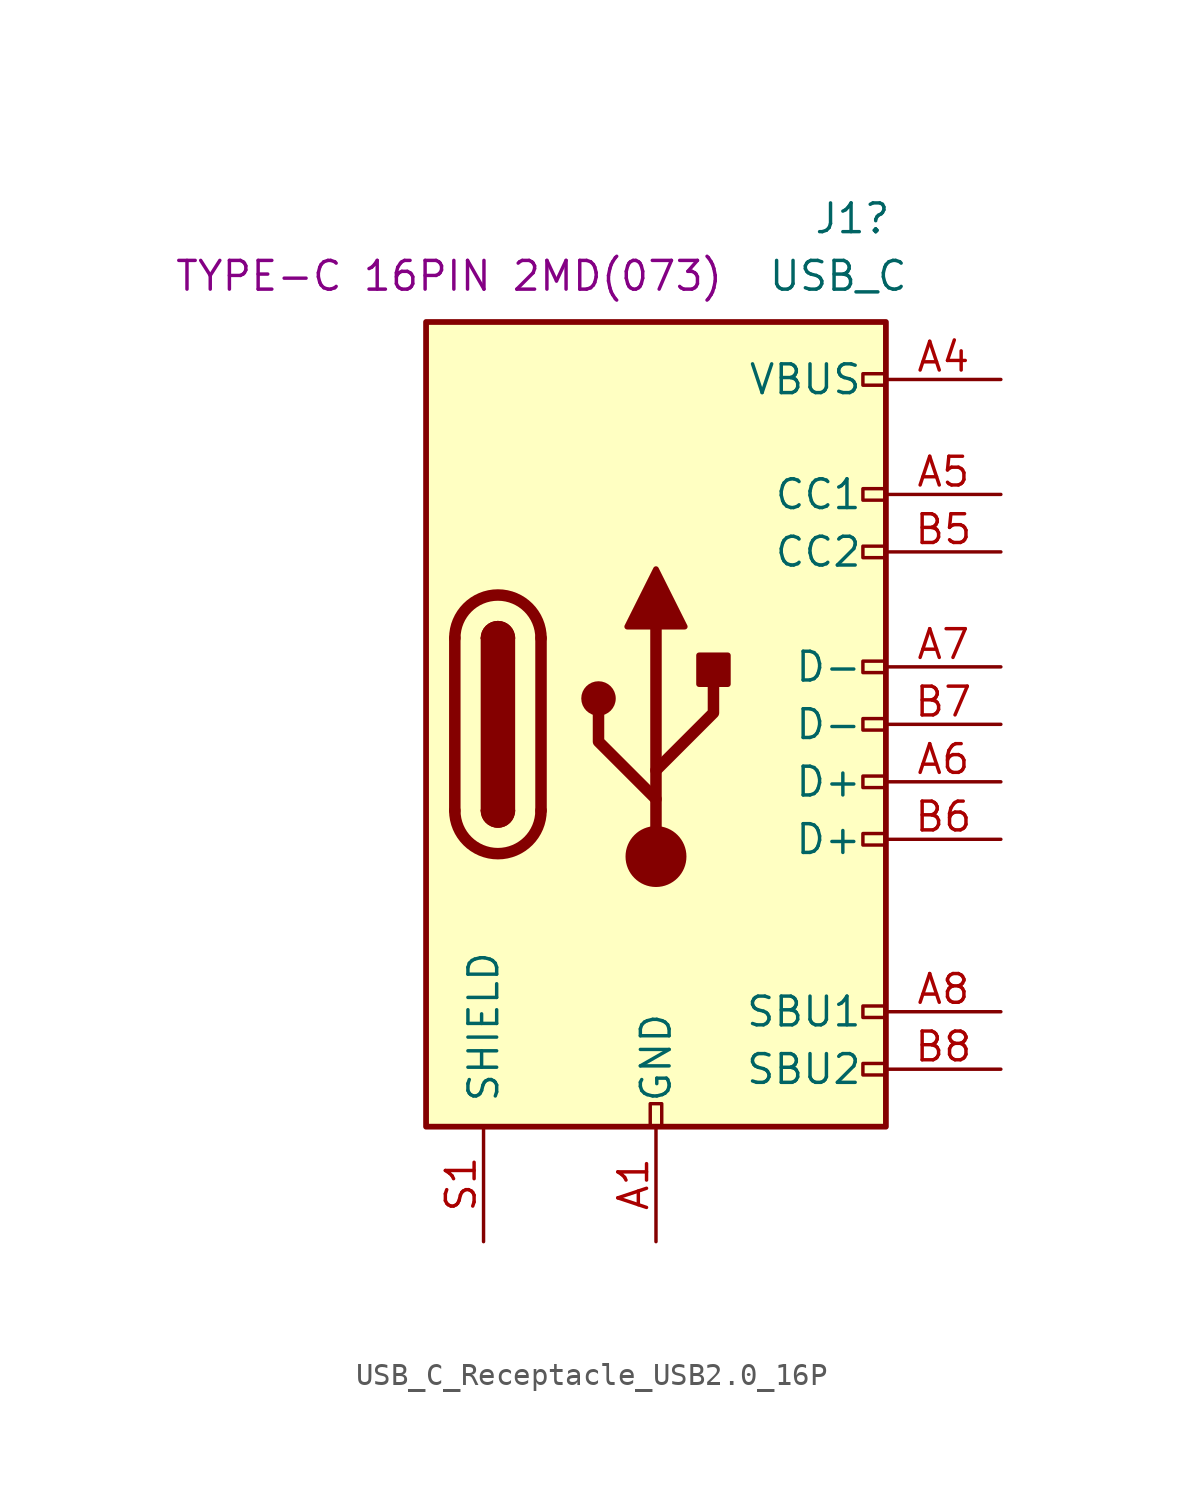
<source format=kicad_sym>
(kicad_symbol_lib
  (version 20241209)
  (generator "kicad_symbol_editor")
  (generator_version "9.0")
  (symbol "USB_C_Receptacle_USB2.0_16P"
    (pin_names
      (offset 1.016))
    (property "Reference" "J1"
      (at 10.414 22.352 0)
      (effects (font (size 1.27 1.27)) (justify right)))
    (property "Value" "USB_C"
      (at 11.176 19.812 0)
      (effects (font (size 1.27 1.27)) (justify right)))
    (property "MPN" "TYPE-C 16PIN 2MD(073)"
      (at -9.144 19.812 0)
      (effects (font (size 1.27 1.27))))
    (symbol "USB_C_Receptacle_USB2.0_16P_0_0"
      (rectangle (start -0.254 -17.78) (end 0.254 -16.764) (stroke (width 0) (type default)) (fill (type none)))
      (rectangle (start 10.16 15.494) (end 9.144 14.986) (stroke (width 0) (type default)) (fill (type none)))
      (rectangle (start 10.16 10.414) (end 9.144 9.906) (stroke (width 0) (type default)) (fill (type none)))
      (rectangle (start 10.16 7.874) (end 9.144 7.366) (stroke (width 0) (type default)) (fill (type none)))
      (rectangle (start 10.16 2.794) (end 9.144 2.286) (stroke (width 0) (type default)) (fill (type none)))
      (rectangle (start 10.16 0.254) (end 9.144 -0.254) (stroke (width 0) (type default)) (fill (type none)))
      (rectangle (start 10.16 -2.286) (end 9.144 -2.794) (stroke (width 0) (type default)) (fill (type none)))
      (rectangle (start 10.16 -4.826) (end 9.144 -5.334) (stroke (width 0) (type default)) (fill (type none)))
      (rectangle (start 10.16 -12.446) (end 9.144 -12.954) (stroke (width 0) (type default)) (fill (type none)))
      (rectangle (start 10.16 -14.986) (end 9.144 -15.494) (stroke (width 0) (type default)) (fill (type none))))
    (symbol "USB_C_Receptacle_USB2.0_16P_0_1"
      (rectangle (start -10.16 17.78) (end 10.16 -17.78) (stroke (width 0.254) (type default)) (fill (type background)))
      (polyline (pts (xy -8.89 -3.81) (xy -8.89 3.81)) (stroke (width 0.508) (type default)) (fill (type none)))
      (rectangle (start -7.62 -3.81) (end -6.35 3.81) (stroke (width 0.254) (type default)) (fill (type outline)))
      (arc (start -7.62 3.81) (mid -6.985 4.4423) (end -6.35 3.81) (stroke (width 0.254) (type default)) (fill (type none)))
      (arc (start -7.62 3.81) (mid -6.985 4.4423) (end -6.35 3.81) (stroke (width 0.254) (type default)) (fill (type outline)))
      (arc (start -8.89 3.81) (mid -6.985 5.7067) (end -5.08 3.81) (stroke (width 0.508) (type default)) (fill (type none)))
      (arc (start -5.08 -3.81) (mid -6.985 -5.7067) (end -8.89 -3.81) (stroke (width 0.508) (type default)) (fill (type none)))
      (arc (start -6.35 -3.81) (mid -6.985 -4.4423) (end -7.62 -3.81) (stroke (width 0.254) (type default)) (fill (type none)))
      (arc (start -6.35 -3.81) (mid -6.985 -4.4423) (end -7.62 -3.81) (stroke (width 0.254) (type default)) (fill (type outline)))
      (polyline (pts (xy -5.08 3.81) (xy -5.08 -3.81)) (stroke (width 0.508) (type default)) (fill (type none)))
      (circle (center -2.54 1.143) (radius 0.635) (stroke (width 0.254) (type default)) (fill (type outline)))
      (polyline (pts (xy -1.27 4.318) (xy 0 6.858) (xy 1.27 4.318) (xy -1.27 4.318)) (stroke (width 0.254) (type default)) (fill (type outline)))
      (polyline (pts (xy 0 -2.032) (xy 2.54 0.508) (xy 2.54 1.778)) (stroke (width 0.508) (type default)) (fill (type none)))
      (polyline (pts (xy 0 -3.302) (xy -2.54 -0.762) (xy -2.54 0.508)) (stroke (width 0.508) (type default)) (fill (type none)))
      (polyline (pts (xy 0 -5.842) (xy 0 4.318)) (stroke (width 0.508) (type default)) (fill (type none)))
      (circle (center 0 -5.842) (radius 1.27) (stroke (width 0) (type default)) (fill (type outline)))
      (rectangle (start 1.905 1.778) (end 3.175 3.048) (stroke (width 0.254) (type default)) (fill (type outline))))
    (symbol "USB_C_Receptacle_USB2.0_16P_1_1"
      (pin passive line (at -7.62 -22.86 90) (length 5.08) (name "SHIELD" (effects (font (size 1.27 1.27)))) (number "S1" (effects (font (size 1.27 1.27)))))
      (pin passive line (at 0 -22.86 90) (length 5.08) (name "GND" (effects (font (size 1.27 1.27)))) (number "A1" (effects (font (size 1.27 1.27)))))
      (pin passive line (at 0 -22.86 90) (length 5.08) (hide yes) (name "GND" (effects (font (size 1.27 1.27)))) (number "A12" (effects (font (size 1.27 1.27)))))
      (pin passive line (at 0 -22.86 90) (length 5.08) (hide yes) (name "GND" (effects (font (size 1.27 1.27)))) (number "B1" (effects (font (size 1.27 1.27)))))
      (pin passive line (at 0 -22.86 90) (length 5.08) (hide yes) (name "GND" (effects (font (size 1.27 1.27)))) (number "B12" (effects (font (size 1.27 1.27)))))
      (pin passive line (at 15.24 15.24 180) (length 5.08) (name "VBUS" (effects (font (size 1.27 1.27)))) (number "A4" (effects (font (size 1.27 1.27)))))
      (pin passive line (at 15.24 15.24 180) (length 5.08) (hide yes) (name "VBUS" (effects (font (size 1.27 1.27)))) (number "A9" (effects (font (size 1.27 1.27)))))
      (pin passive line (at 15.24 15.24 180) (length 5.08) (hide yes) (name "VBUS" (effects (font (size 1.27 1.27)))) (number "B4" (effects (font (size 1.27 1.27)))))
      (pin passive line (at 15.24 15.24 180) (length 5.08) (hide yes) (name "VBUS" (effects (font (size 1.27 1.27)))) (number "B9" (effects (font (size 1.27 1.27)))))
      (pin bidirectional line (at 15.24 10.16 180) (length 5.08) (name "CC1" (effects (font (size 1.27 1.27)))) (number "A5" (effects (font (size 1.27 1.27)))))
      (pin bidirectional line (at 15.24 7.62 180) (length 5.08) (name "CC2" (effects (font (size 1.27 1.27)))) (number "B5" (effects (font (size 1.27 1.27)))))
      (pin bidirectional line (at 15.24 2.54 180) (length 5.08) (name "D-" (effects (font (size 1.27 1.27)))) (number "A7" (effects (font (size 1.27 1.27)))))
      (pin bidirectional line (at 15.24 0 180) (length 5.08) (name "D-" (effects (font (size 1.27 1.27)))) (number "B7" (effects (font (size 1.27 1.27)))))
      (pin bidirectional line (at 15.24 -2.54 180) (length 5.08) (name "D+" (effects (font (size 1.27 1.27)))) (number "A6" (effects (font (size 1.27 1.27)))))
      (pin bidirectional line (at 15.24 -5.08 180) (length 5.08) (name "D+" (effects (font (size 1.27 1.27)))) (number "B6" (effects (font (size 1.27 1.27)))))
      (pin bidirectional line (at 15.24 -12.7 180) (length 5.08) (name "SBU1" (effects (font (size 1.27 1.27)))) (number "A8" (effects (font (size 1.27 1.27)))))
      (pin bidirectional line (at 15.24 -15.24 180) (length 5.08) (name "SBU2" (effects (font (size 1.27 1.27)))) (number "B8" (effects (font (size 1.27 1.27))))))))
</source>
